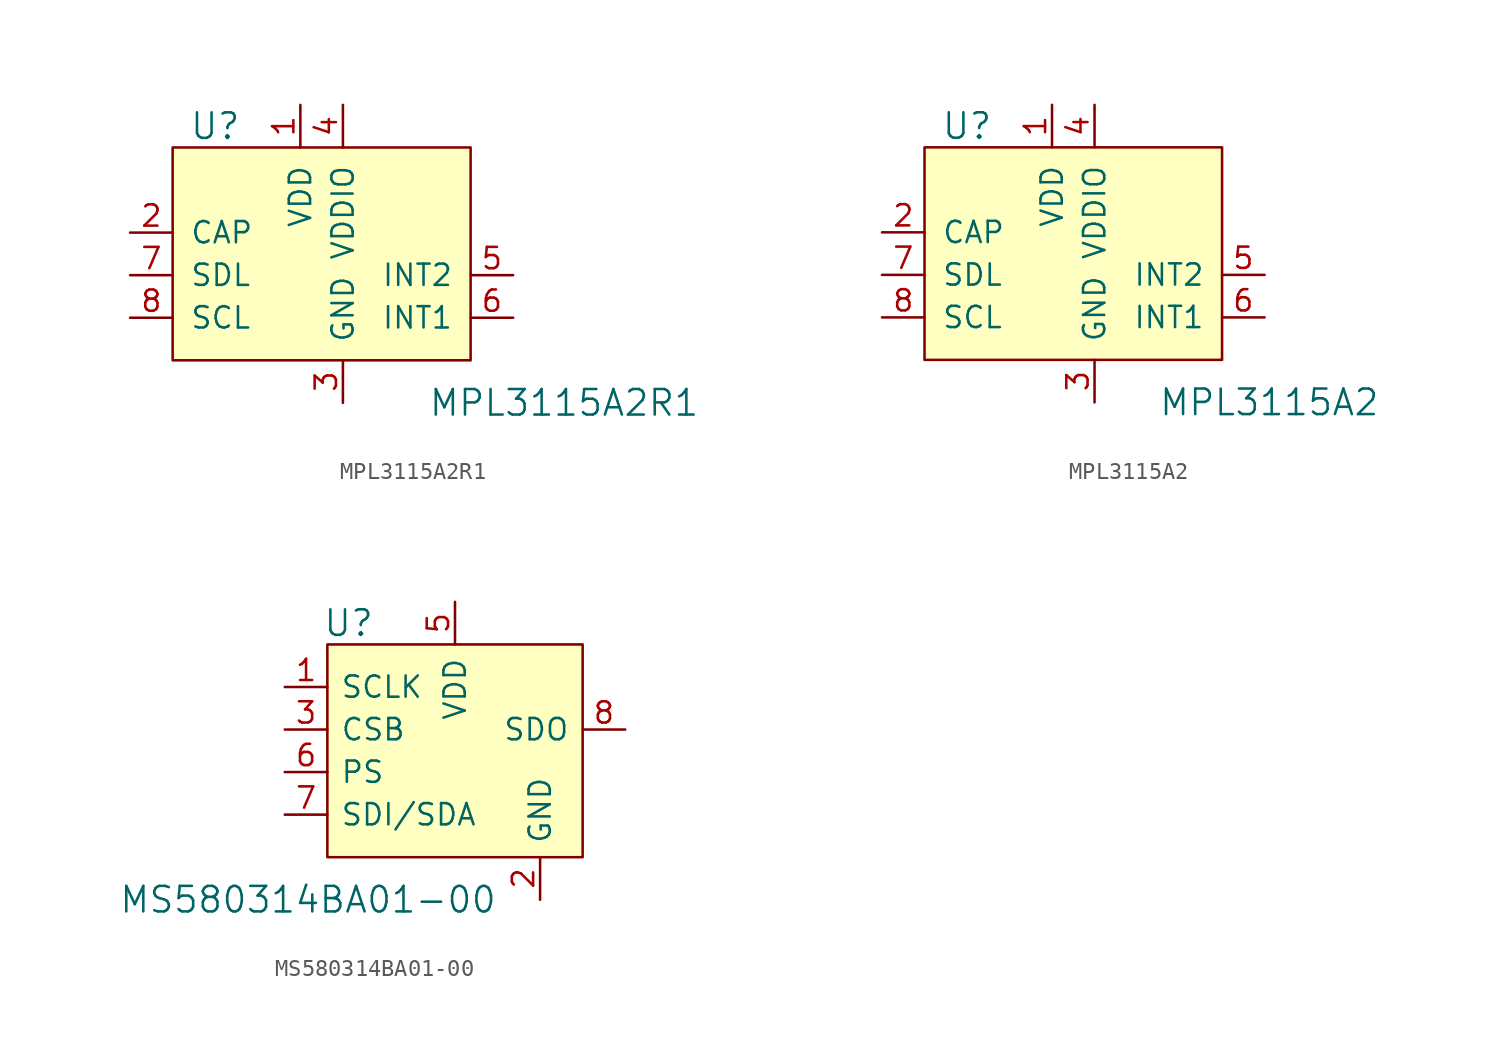
<source format=kicad_sym>
(kicad_symbol_lib
  (version 20201005)
  (generator kicad_symbol_editor)
  (symbol "MPL3115A2R1"
    (pin_names
      (offset 1.016))
    (property "Reference" "U"
      (at -5.08 8.89 0)
      (effects (font (size 1.524 1.524))))
    (property "Value" "MPL3115A2R1"
      (at 7.62 -7.62 0)
      (effects (font (size 1.524 1.524)) (justify left)))
    (symbol "MPL3115A2R1_0_1"
      (rectangle (start -7.62 7.62) (end 10.16 -5.08) (stroke (width 0)) (fill (type background))))
    (symbol "MPL3115A2R1_1_1"
      (pin power_in line (at 0 10.16 270) (length 2.54) (name "VDD" (effects (font (size 1.27 1.27)))) (number "1" (effects (font (size 1.27 1.27)))))
      (pin passive line (at -10.16 2.54 0) (length 2.54) (name "CAP" (effects (font (size 1.27 1.27)))) (number "2" (effects (font (size 1.27 1.27)))))
      (pin power_in line (at 2.54 -7.62 90) (length 2.54) (name "GND" (effects (font (size 1.27 1.27)))) (number "3" (effects (font (size 1.27 1.27)))))
      (pin power_in line (at 2.54 10.16 270) (length 2.54) (name "VDDIO" (effects (font (size 1.27 1.27)))) (number "4" (effects (font (size 1.27 1.27)))))
      (pin output line (at 12.7 0 180) (length 2.54) (name "INT2" (effects (font (size 1.27 1.27)))) (number "5" (effects (font (size 1.27 1.27)))))
      (pin output line (at 12.7 -2.54 180) (length 2.54) (name "INT1" (effects (font (size 1.27 1.27)))) (number "6" (effects (font (size 1.27 1.27)))))
      (pin bidirectional line (at -10.16 0 0) (length 2.54) (name "SDL" (effects (font (size 1.27 1.27)))) (number "7" (effects (font (size 1.27 1.27)))))
      (pin input line (at -10.16 -2.54 0) (length 2.54) (name "SCL" (effects (font (size 1.27 1.27)))) (number "8" (effects (font (size 1.27 1.27)))))))
  (symbol "MPL3115A2"
    (pin_names
      (offset 1.016))
    (property "Reference" "U"
      (at -5.08 8.89 0)
      (effects (font (size 1.524 1.524))))
    (property "Value" "MPL3115A2"
      (at 6.35 -7.62 0)
      (effects (font (size 1.524 1.524)) (justify left)))
    (symbol "MPL3115A2_0_1"
      (rectangle (start -7.62 7.62) (end 10.16 -5.08) (stroke (width 0)) (fill (type background))))
    (symbol "MPL3115A2_1_1"
      (pin power_in line (at 0 10.16 270) (length 2.54) (name "VDD" (effects (font (size 1.27 1.27)))) (number "1" (effects (font (size 1.27 1.27)))))
      (pin passive line (at -10.16 2.54 0) (length 2.54) (name "CAP" (effects (font (size 1.27 1.27)))) (number "2" (effects (font (size 1.27 1.27)))))
      (pin power_in line (at 2.54 -7.62 90) (length 2.54) (name "GND" (effects (font (size 1.27 1.27)))) (number "3" (effects (font (size 1.27 1.27)))))
      (pin power_in line (at 2.54 10.16 270) (length 2.54) (name "VDDIO" (effects (font (size 1.27 1.27)))) (number "4" (effects (font (size 1.27 1.27)))))
      (pin output line (at 12.7 0 180) (length 2.54) (name "INT2" (effects (font (size 1.27 1.27)))) (number "5" (effects (font (size 1.27 1.27)))))
      (pin output line (at 12.7 -2.54 180) (length 2.54) (name "INT1" (effects (font (size 1.27 1.27)))) (number "6" (effects (font (size 1.27 1.27)))))
      (pin bidirectional line (at -10.16 0 0) (length 2.54) (name "SDL" (effects (font (size 1.27 1.27)))) (number "7" (effects (font (size 1.27 1.27)))))
      (pin input line (at -10.16 -2.54 0) (length 2.54) (name "SCL" (effects (font (size 1.27 1.27)))) (number "8" (effects (font (size 1.27 1.27)))))))
  (symbol "MS580314BA01-00"
    (pin_names
      (offset 0.762))
    (property "Reference" "U"
      (at -6.35 8.89 0)
      (effects (font (size 1.524 1.524))))
    (property "Value" "MS580314BA01-00"
      (at 2.54 -7.62 0)
      (effects (font (size 1.524 1.524)) (justify right)))
    (symbol "MS580314BA01-00_0_1"
      (rectangle (start -7.62 7.62) (end 7.62 -5.08) (stroke (width 0)) (fill (type background))))
    (symbol "MS580314BA01-00_1_1"
      (pin input line (at -10.16 5.08 0) (length 2.54) (name "SCLK" (effects (font (size 1.27 1.27)))) (number "1" (effects (font (size 1.27 1.27)))))
      (pin power_in line (at 5.08 -7.62 90) (length 2.54) (name "GND" (effects (font (size 1.27 1.27)))) (number "2" (effects (font (size 1.27 1.27)))))
      (pin input line (at -10.16 2.54 0) (length 2.54) (name "CSB" (effects (font (size 1.27 1.27)))) (number "3" (effects (font (size 1.27 1.27)))))
      (pin no_connect line (at 7.62 0 180) (length 2.54) hide (name "NC" (effects (font (size 1.27 1.27)))) (number "4" (effects (font (size 1.27 1.27)))))
      (pin power_in line (at 0 10.16 270) (length 2.54) (name "VDD" (effects (font (size 1.27 1.27)))) (number "5" (effects (font (size 1.27 1.27)))))
      (pin input line (at -10.16 0 0) (length 2.54) (name "PS" (effects (font (size 1.27 1.27)))) (number "6" (effects (font (size 1.27 1.27)))))
      (pin input line (at -10.16 -2.54 0) (length 2.54) (name "SDI/SDA" (effects (font (size 1.27 1.27)))) (number "7" (effects (font (size 1.27 1.27)))))
      (pin output line (at 10.16 2.54 180) (length 2.54) (name "SDO" (effects (font (size 1.27 1.27)))) (number "8" (effects (font (size 1.27 1.27))))))))
</source>
